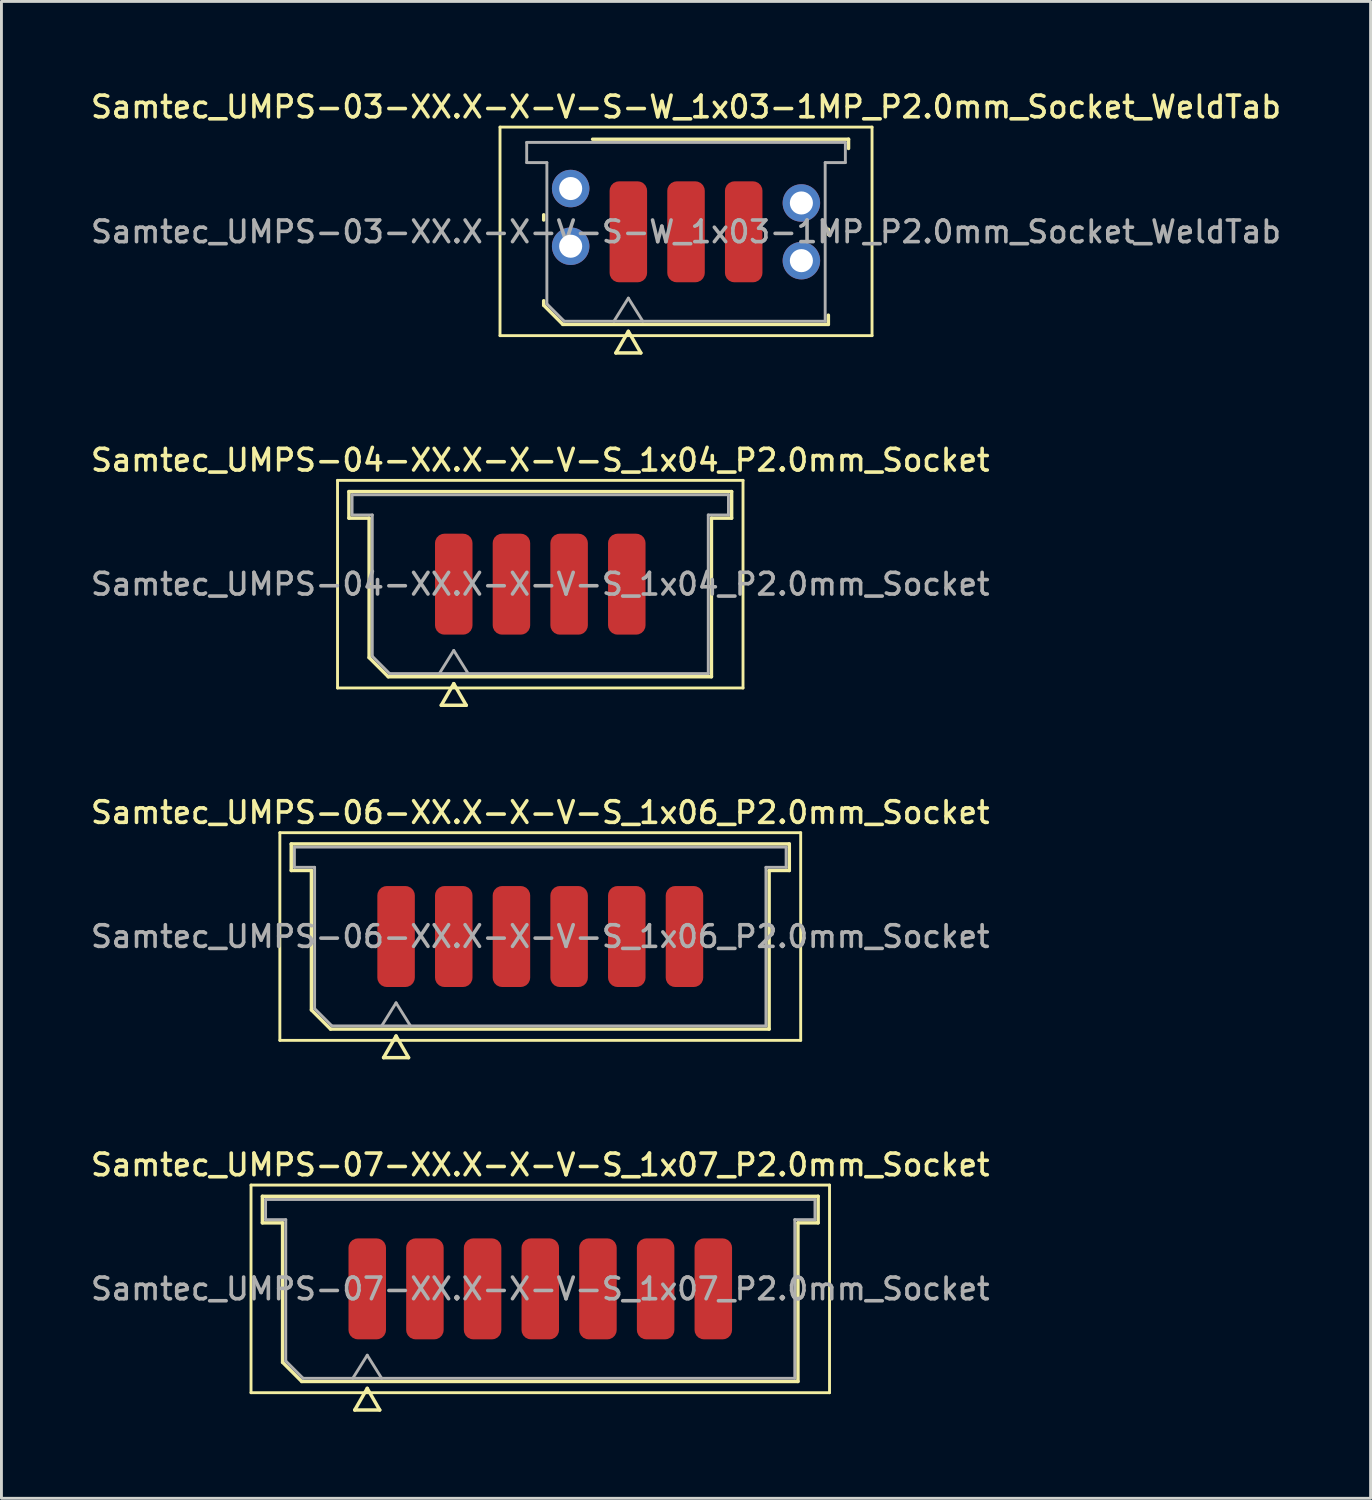
<source format=kicad_pcb>
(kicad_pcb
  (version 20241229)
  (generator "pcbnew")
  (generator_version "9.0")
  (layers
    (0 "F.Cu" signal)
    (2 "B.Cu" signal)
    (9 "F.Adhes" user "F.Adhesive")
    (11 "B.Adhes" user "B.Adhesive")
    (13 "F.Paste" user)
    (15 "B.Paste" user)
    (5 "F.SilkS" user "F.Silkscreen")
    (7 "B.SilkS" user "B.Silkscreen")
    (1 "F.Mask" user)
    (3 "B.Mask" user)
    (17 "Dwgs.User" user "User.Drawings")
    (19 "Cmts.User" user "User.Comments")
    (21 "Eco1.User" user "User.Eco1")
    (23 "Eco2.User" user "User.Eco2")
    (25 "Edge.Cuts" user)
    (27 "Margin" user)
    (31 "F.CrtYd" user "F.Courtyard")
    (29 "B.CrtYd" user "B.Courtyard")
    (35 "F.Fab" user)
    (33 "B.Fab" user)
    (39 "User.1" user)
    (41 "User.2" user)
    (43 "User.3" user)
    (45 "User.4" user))
  (footprint "Samtec_UMPS-06-XX.X-X-V-S_1x06_P2.0mm_Socket"
    (layer "F.Cu")
    (at 15.684 29.424)
    (property "Reference" "Samtec_UMPS-06-XX.X-X-V-S_1x06_P2.0mm_Socket" (at 0 -4.3 0) (layer "F.SilkS") (effects (font (size 0.75 0.75) (thickness 0.125))))
    (attr smd)
    (fp_line (start -9.03 -3.6) (end -9.03 3.6) (stroke (width 0.1) (type solid)) (layer "F.SilkS"))
    (fp_line (start -9.03 3.6) (end 9.03 3.6) (stroke (width 0.1) (type solid)) (layer "F.SilkS"))
    (fp_line (start -8.635 -3.21) (end 8.635 -3.21) (stroke (width 0.12) (type solid)) (layer "F.SilkS"))
    (fp_line (start -8.635 -2.29) (end -8.635 -3.21) (stroke (width 0.12) (type solid)) (layer "F.SilkS"))
    (fp_line (start -7.935 -2.29) (end -8.635 -2.29) (stroke (width 0.12) (type solid)) (layer "F.SilkS"))
    (fp_line (start -7.935 2.546) (end -7.935 -2.29) (stroke (width 0.12) (type solid)) (layer "F.SilkS"))
    (fp_line (start -7.271 3.21) (end -7.935 2.546) (stroke (width 0.12) (type solid)) (layer "F.SilkS"))
    (fp_line (start -5.433 4.2) (end -5 3.45) (stroke (width 0.12) (type solid)) (layer "F.SilkS"))
    (fp_line (start -5 3.45) (end -4.567 4.2) (stroke (width 0.12) (type solid)) (layer "F.SilkS"))
    (fp_line (start -4.567 4.2) (end -5.433 4.2) (stroke (width 0.12) (type solid)) (layer "F.SilkS"))
    (fp_line (start 7.935 -2.29) (end 7.935 3.21) (stroke (width 0.12) (type solid)) (layer "F.SilkS"))
    (fp_line (start 7.935 3.21) (end -7.271 3.21) (stroke (width 0.12) (type solid)) (layer "F.SilkS"))
    (fp_line (start 8.635 -3.21) (end 8.635 -2.29) (stroke (width 0.12) (type solid)) (layer "F.SilkS"))
    (fp_line (start 8.635 -2.29) (end 7.935 -2.29) (stroke (width 0.12) (type solid)) (layer "F.SilkS"))
    (fp_line (start 9.03 -3.6) (end -9.03 -3.6) (stroke (width 0.1) (type solid)) (layer "F.SilkS"))
    (fp_line (start 9.03 3.6) (end 9.03 -3.6) (stroke (width 0.1) (type solid)) (layer "F.SilkS"))
    (fp_line (start -8.525 -3.1) (end 8.525 -3.1) (stroke (width 0.1) (type solid)) (layer "F.Fab"))
    (fp_line (start -8.525 -2.4) (end -8.525 -3.1) (stroke (width 0.1) (type solid)) (layer "F.Fab"))
    (fp_line (start -7.825 -2.4) (end -8.525 -2.4) (stroke (width 0.1) (type solid)) (layer "F.Fab"))
    (fp_line (start -7.825 2.5) (end -7.825 -2.4) (stroke (width 0.1) (type solid)) (layer "F.Fab"))
    (fp_line (start -7.225 3.1) (end -7.825 2.5) (stroke (width 0.1) (type solid)) (layer "F.Fab"))
    (fp_line (start -5.5 3.1) (end -5 2.3) (stroke (width 0.1) (type solid)) (layer "F.Fab"))
    (fp_line (start -5 2.3) (end -4.5 3.1) (stroke (width 0.1) (type solid)) (layer "F.Fab"))
    (fp_line (start 7.825 -2.4) (end 7.825 3.1) (stroke (width 0.1) (type solid)) (layer "F.Fab"))
    (fp_line (start 7.825 3.1) (end -7.225 3.1) (stroke (width 0.1) (type solid)) (layer "F.Fab"))
    (fp_line (start 8.525 -3.1) (end 8.525 -2.4) (stroke (width 0.1) (type solid)) (layer "F.Fab"))
    (fp_line (start 8.525 -2.4) (end 7.825 -2.4) (stroke (width 0.1) (type solid)) (layer "F.Fab"))
    (fp_text user "${REFERENCE}" (at 0 0 0) (layer "F.Fab") (effects (font (size 0.75 0.75) (thickness 0.125))))
    (pad "1" smd roundrect (at -5 0) (size 1.3 3.5) (layers "F.Cu" "F.Mask" "F.Paste") (roundrect_rratio 0.25))
    (pad "2" smd roundrect (at -3 0) (size 1.3 3.5) (layers "F.Cu" "F.Mask" "F.Paste") (roundrect_rratio 0.25))
    (pad "3" smd roundrect (at -1 0) (size 1.3 3.5) (layers "F.Cu" "F.Mask" "F.Paste") (roundrect_rratio 0.25))
    (pad "4" smd roundrect (at 1 0) (size 1.3 3.5) (layers "F.Cu" "F.Mask" "F.Paste") (roundrect_rratio 0.25))
    (pad "5" smd roundrect (at 3 0) (size 1.3 3.5) (layers "F.Cu" "F.Mask" "F.Paste") (roundrect_rratio 0.25))
    (pad "6" smd roundrect (at 5 0) (size 1.3 3.5) (layers "F.Cu" "F.Mask" "F.Paste") (roundrect_rratio 0.25)))
  (footprint "Samtec_UMPS-03-XX.X-X-V-S-W_1x03-1MP_P2.0mm_Socket_WeldTab"
    (layer "F.Cu")
    (at 20.738 4.988)
    (property "Reference" "Samtec_UMPS-03-XX.X-X-V-S-W_1x03-1MP_P2.0mm_Socket_WeldTab" (at 0 -4.33 0) (layer "F.SilkS") (effects (font (size 0.75 0.75) (thickness 0.125))))
    (attr smd)
    (fp_line (start -6.45 -3.63) (end -6.45 3.6) (stroke (width 0.1) (type solid)) (layer "F.SilkS"))
    (fp_line (start -6.45 3.6) (end 6.45 3.6) (stroke (width 0.1) (type solid)) (layer "F.SilkS"))
    (fp_line (start -4.935 -0.41) (end -4.935 -0.59) (stroke (width 0.12) (type solid)) (layer "F.SilkS"))
    (fp_line (start -4.935 2.546) (end -4.935 2.39) (stroke (width 0.12) (type solid)) (layer "F.SilkS"))
    (fp_line (start -4.271 3.21) (end -4.935 2.546) (stroke (width 0.12) (type solid)) (layer "F.SilkS"))
    (fp_line (start -3.24 -3.21) (end 5.635 -3.21) (stroke (width 0.12) (type solid)) (layer "F.SilkS"))
    (fp_line (start -2.433 4.2) (end -2 3.45) (stroke (width 0.12) (type solid)) (layer "F.SilkS"))
    (fp_line (start -2 3.45) (end -1.567 4.2) (stroke (width 0.12) (type solid)) (layer "F.SilkS"))
    (fp_line (start -1.567 4.2) (end -2.433 4.2) (stroke (width 0.12) (type solid)) (layer "F.SilkS"))
    (fp_line (start 4.935 -0.09) (end 4.935 0.09) (stroke (width 0.12) (type solid)) (layer "F.SilkS"))
    (fp_line (start 4.935 2.89) (end 4.935 3.21) (stroke (width 0.12) (type solid)) (layer "F.SilkS"))
    (fp_line (start 4.935 3.21) (end -4.271 3.21) (stroke (width 0.12) (type solid)) (layer "F.SilkS"))
    (fp_line (start 5.635 -3.21) (end 5.635 -2.89) (stroke (width 0.12) (type solid)) (layer "F.SilkS"))
    (fp_line (start 6.45 -3.63) (end -6.45 -3.63) (stroke (width 0.1) (type solid)) (layer "F.SilkS"))
    (fp_line (start 6.45 3.6) (end 6.45 -3.63) (stroke (width 0.1) (type solid)) (layer "F.SilkS"))
    (fp_line (start -5.525 -3.1) (end 5.525 -3.1) (stroke (width 0.1) (type solid)) (layer "F.Fab"))
    (fp_line (start -5.525 -2.4) (end -5.525 -3.1) (stroke (width 0.1) (type solid)) (layer "F.Fab"))
    (fp_line (start -4.825 -2.4) (end -5.525 -2.4) (stroke (width 0.1) (type solid)) (layer "F.Fab"))
    (fp_line (start -4.825 2.5) (end -4.825 -2.4) (stroke (width 0.1) (type solid)) (layer "F.Fab"))
    (fp_line (start -4.225 3.1) (end -4.825 2.5) (stroke (width 0.1) (type solid)) (layer "F.Fab"))
    (fp_line (start -2.5 3.1) (end -2 2.3) (stroke (width 0.1) (type solid)) (layer "F.Fab"))
    (fp_line (start -2 2.3) (end -1.5 3.1) (stroke (width 0.1) (type solid)) (layer "F.Fab"))
    (fp_line (start 4.825 -2.4) (end 4.825 3.1) (stroke (width 0.1) (type solid)) (layer "F.Fab"))
    (fp_line (start 4.825 3.1) (end -4.225 3.1) (stroke (width 0.1) (type solid)) (layer "F.Fab"))
    (fp_line (start 5.525 -3.1) (end 5.525 -2.4) (stroke (width 0.1) (type solid)) (layer "F.Fab"))
    (fp_line (start 5.525 -2.4) (end 4.825 -2.4) (stroke (width 0.1) (type solid)) (layer "F.Fab"))
    (fp_text user "${REFERENCE}" (at 0 0 0) (layer "F.Fab") (effects (font (size 0.75 0.75) (thickness 0.125))))
    (pad "" smd rect (at -4.725 -1.99) (size 2.45 2.28) (layers "F.Paste"))
    (pad "" smd rect (at -4.725 0.99) (size 2.45 2.28) (layers "F.Paste"))
    (pad "" smd rect (at 4.725 -1.49) (size 2.45 2.28) (layers "F.Paste"))
    (pad "" smd rect (at 4.725 1.49) (size 2.45 2.28) (layers "F.Paste"))
    (pad "1" smd roundrect (at -2 0) (size 1.3 3.5) (layers "F.Cu" "F.Mask" "F.Paste") (roundrect_rratio 0.25))
    (pad "2" smd roundrect (at 0 0) (size 1.3 3.5) (layers "F.Cu" "F.Mask" "F.Paste") (roundrect_rratio 0.25))
    (pad "3" smd roundrect (at 2 0) (size 1.3 3.5) (layers "F.Cu" "F.Mask" "F.Paste") (roundrect_rratio 0.25))
    (pad "MP" thru_hole circle (at -4 -1.5) (size 1.3 1.3) (drill 0.8) (layers "*.Cu" "*.Mask"))
    (pad "MP" thru_hole circle (at -4 0.5) (size 1.3 1.3) (drill 0.8) (layers "*.Cu" "*.Mask"))
    (pad "MP" thru_hole circle (at 4 -1) (size 1.3 1.3) (drill 0.8) (layers "*.Cu" "*.Mask"))
    (pad "MP" thru_hole circle (at 4 1) (size 1.3 1.3) (drill 0.8) (layers "*.Cu" "*.Mask")))
  (footprint "Samtec_UMPS-07-XX.X-X-V-S_1x07_P2.0mm_Socket"
    (layer "F.Cu")
    (at 15.684 41.642)
    (property "Reference" "Samtec_UMPS-07-XX.X-X-V-S_1x07_P2.0mm_Socket" (at 0 -4.3 0) (layer "F.SilkS") (effects (font (size 0.75 0.75) (thickness 0.125))))
    (attr smd)
    (fp_line (start -10.03 -3.6) (end -10.03 3.6) (stroke (width 0.1) (type solid)) (layer "F.SilkS"))
    (fp_line (start -10.03 3.6) (end 10.03 3.6) (stroke (width 0.1) (type solid)) (layer "F.SilkS"))
    (fp_line (start -9.635 -3.21) (end 9.635 -3.21) (stroke (width 0.12) (type solid)) (layer "F.SilkS"))
    (fp_line (start -9.635 -2.29) (end -9.635 -3.21) (stroke (width 0.12) (type solid)) (layer "F.SilkS"))
    (fp_line (start -8.935 -2.29) (end -9.635 -2.29) (stroke (width 0.12) (type solid)) (layer "F.SilkS"))
    (fp_line (start -8.935 2.546) (end -8.935 -2.29) (stroke (width 0.12) (type solid)) (layer "F.SilkS"))
    (fp_line (start -8.271 3.21) (end -8.935 2.546) (stroke (width 0.12) (type solid)) (layer "F.SilkS"))
    (fp_line (start -6.433 4.2) (end -6 3.45) (stroke (width 0.12) (type solid)) (layer "F.SilkS"))
    (fp_line (start -6 3.45) (end -5.567 4.2) (stroke (width 0.12) (type solid)) (layer "F.SilkS"))
    (fp_line (start -5.567 4.2) (end -6.433 4.2) (stroke (width 0.12) (type solid)) (layer "F.SilkS"))
    (fp_line (start 8.935 -2.29) (end 8.935 3.21) (stroke (width 0.12) (type solid)) (layer "F.SilkS"))
    (fp_line (start 8.935 3.21) (end -8.271 3.21) (stroke (width 0.12) (type solid)) (layer "F.SilkS"))
    (fp_line (start 9.635 -3.21) (end 9.635 -2.29) (stroke (width 0.12) (type solid)) (layer "F.SilkS"))
    (fp_line (start 9.635 -2.29) (end 8.935 -2.29) (stroke (width 0.12) (type solid)) (layer "F.SilkS"))
    (fp_line (start 10.03 -3.6) (end -10.03 -3.6) (stroke (width 0.1) (type solid)) (layer "F.SilkS"))
    (fp_line (start 10.03 3.6) (end 10.03 -3.6) (stroke (width 0.1) (type solid)) (layer "F.SilkS"))
    (fp_line (start -9.525 -3.1) (end 9.525 -3.1) (stroke (width 0.1) (type solid)) (layer "F.Fab"))
    (fp_line (start -9.525 -2.4) (end -9.525 -3.1) (stroke (width 0.1) (type solid)) (layer "F.Fab"))
    (fp_line (start -8.825 -2.4) (end -9.525 -2.4) (stroke (width 0.1) (type solid)) (layer "F.Fab"))
    (fp_line (start -8.825 2.5) (end -8.825 -2.4) (stroke (width 0.1) (type solid)) (layer "F.Fab"))
    (fp_line (start -8.225 3.1) (end -8.825 2.5) (stroke (width 0.1) (type solid)) (layer "F.Fab"))
    (fp_line (start -6.5 3.1) (end -6 2.3) (stroke (width 0.1) (type solid)) (layer "F.Fab"))
    (fp_line (start -6 2.3) (end -5.5 3.1) (stroke (width 0.1) (type solid)) (layer "F.Fab"))
    (fp_line (start 8.825 -2.4) (end 8.825 3.1) (stroke (width 0.1) (type solid)) (layer "F.Fab"))
    (fp_line (start 8.825 3.1) (end -8.225 3.1) (stroke (width 0.1) (type solid)) (layer "F.Fab"))
    (fp_line (start 9.525 -3.1) (end 9.525 -2.4) (stroke (width 0.1) (type solid)) (layer "F.Fab"))
    (fp_line (start 9.525 -2.4) (end 8.825 -2.4) (stroke (width 0.1) (type solid)) (layer "F.Fab"))
    (fp_text user "${REFERENCE}" (at 0 0 0) (layer "F.Fab") (effects (font (size 0.75 0.75) (thickness 0.125))))
    (pad "1" smd roundrect (at -6 0) (size 1.3 3.5) (layers "F.Cu" "F.Mask" "F.Paste") (roundrect_rratio 0.25))
    (pad "2" smd roundrect (at -4 0) (size 1.3 3.5) (layers "F.Cu" "F.Mask" "F.Paste") (roundrect_rratio 0.25))
    (pad "3" smd roundrect (at -2 0) (size 1.3 3.5) (layers "F.Cu" "F.Mask" "F.Paste") (roundrect_rratio 0.25))
    (pad "4" smd roundrect (at 0 0) (size 1.3 3.5) (layers "F.Cu" "F.Mask" "F.Paste") (roundrect_rratio 0.25))
    (pad "5" smd roundrect (at 2 0) (size 1.3 3.5) (layers "F.Cu" "F.Mask" "F.Paste") (roundrect_rratio 0.25))
    (pad "6" smd roundrect (at 4 0) (size 1.3 3.5) (layers "F.Cu" "F.Mask" "F.Paste") (roundrect_rratio 0.25))
    (pad "7" smd roundrect (at 6 0) (size 1.3 3.5) (layers "F.Cu" "F.Mask" "F.Paste") (roundrect_rratio 0.25)))
  (footprint "Samtec_UMPS-04-XX.X-X-V-S_1x04_P2.0mm_Socket"
    (layer "F.Cu")
    (at 15.684 17.206)
    (property "Reference" "Samtec_UMPS-04-XX.X-X-V-S_1x04_P2.0mm_Socket" (at 0 -4.3 0) (layer "F.SilkS") (effects (font (size 0.75 0.75) (thickness 0.125))))
    (attr smd)
    (fp_line (start -7.03 -3.6) (end -7.03 3.6) (stroke (width 0.1) (type solid)) (layer "F.SilkS"))
    (fp_line (start -7.03 3.6) (end 7.03 3.6) (stroke (width 0.1) (type solid)) (layer "F.SilkS"))
    (fp_line (start -6.635 -3.21) (end 6.635 -3.21) (stroke (width 0.12) (type solid)) (layer "F.SilkS"))
    (fp_line (start -6.635 -2.29) (end -6.635 -3.21) (stroke (width 0.12) (type solid)) (layer "F.SilkS"))
    (fp_line (start -5.935 -2.29) (end -6.635 -2.29) (stroke (width 0.12) (type solid)) (layer "F.SilkS"))
    (fp_line (start -5.935 2.546) (end -5.935 -2.29) (stroke (width 0.12) (type solid)) (layer "F.SilkS"))
    (fp_line (start -5.271 3.21) (end -5.935 2.546) (stroke (width 0.12) (type solid)) (layer "F.SilkS"))
    (fp_line (start -3.433 4.2) (end -3 3.45) (stroke (width 0.12) (type solid)) (layer "F.SilkS"))
    (fp_line (start -3 3.45) (end -2.567 4.2) (stroke (width 0.12) (type solid)) (layer "F.SilkS"))
    (fp_line (start -2.567 4.2) (end -3.433 4.2) (stroke (width 0.12) (type solid)) (layer "F.SilkS"))
    (fp_line (start 5.935 -2.29) (end 5.935 3.21) (stroke (width 0.12) (type solid)) (layer "F.SilkS"))
    (fp_line (start 5.935 3.21) (end -5.271 3.21) (stroke (width 0.12) (type solid)) (layer "F.SilkS"))
    (fp_line (start 6.635 -3.21) (end 6.635 -2.29) (stroke (width 0.12) (type solid)) (layer "F.SilkS"))
    (fp_line (start 6.635 -2.29) (end 5.935 -2.29) (stroke (width 0.12) (type solid)) (layer "F.SilkS"))
    (fp_line (start 7.03 -3.6) (end -7.03 -3.6) (stroke (width 0.1) (type solid)) (layer "F.SilkS"))
    (fp_line (start 7.03 3.6) (end 7.03 -3.6) (stroke (width 0.1) (type solid)) (layer "F.SilkS"))
    (fp_line (start -6.525 -3.1) (end 6.525 -3.1) (stroke (width 0.1) (type solid)) (layer "F.Fab"))
    (fp_line (start -6.525 -2.4) (end -6.525 -3.1) (stroke (width 0.1) (type solid)) (layer "F.Fab"))
    (fp_line (start -5.825 -2.4) (end -6.525 -2.4) (stroke (width 0.1) (type solid)) (layer "F.Fab"))
    (fp_line (start -5.825 2.5) (end -5.825 -2.4) (stroke (width 0.1) (type solid)) (layer "F.Fab"))
    (fp_line (start -5.225 3.1) (end -5.825 2.5) (stroke (width 0.1) (type solid)) (layer "F.Fab"))
    (fp_line (start -3.5 3.1) (end -3 2.3) (stroke (width 0.1) (type solid)) (layer "F.Fab"))
    (fp_line (start -3 2.3) (end -2.5 3.1) (stroke (width 0.1) (type solid)) (layer "F.Fab"))
    (fp_line (start 5.825 -2.4) (end 5.825 3.1) (stroke (width 0.1) (type solid)) (layer "F.Fab"))
    (fp_line (start 5.825 3.1) (end -5.225 3.1) (stroke (width 0.1) (type solid)) (layer "F.Fab"))
    (fp_line (start 6.525 -3.1) (end 6.525 -2.4) (stroke (width 0.1) (type solid)) (layer "F.Fab"))
    (fp_line (start 6.525 -2.4) (end 5.825 -2.4) (stroke (width 0.1) (type solid)) (layer "F.Fab"))
    (fp_text user "${REFERENCE}" (at 0 0 0) (layer "F.Fab") (effects (font (size 0.75 0.75) (thickness 0.125))))
    (pad "1" smd roundrect (at -3 0) (size 1.3 3.5) (layers "F.Cu" "F.Mask" "F.Paste") (roundrect_rratio 0.25))
    (pad "2" smd roundrect (at -1 0) (size 1.3 3.5) (layers "F.Cu" "F.Mask" "F.Paste") (roundrect_rratio 0.25))
    (pad "3" smd roundrect (at 1 0) (size 1.3 3.5) (layers "F.Cu" "F.Mask" "F.Paste") (roundrect_rratio 0.25))
    (pad "4" smd roundrect (at 3 0) (size 1.3 3.5) (layers "F.Cu" "F.Mask" "F.Paste") (roundrect_rratio 0.25)))
  (gr_rect
    (start -3 -3)
    (end 44.475 48.903)
    (stroke (width 0.1) (type default))
    (fill no)
    (layer "Edge.Cuts")))
</source>
